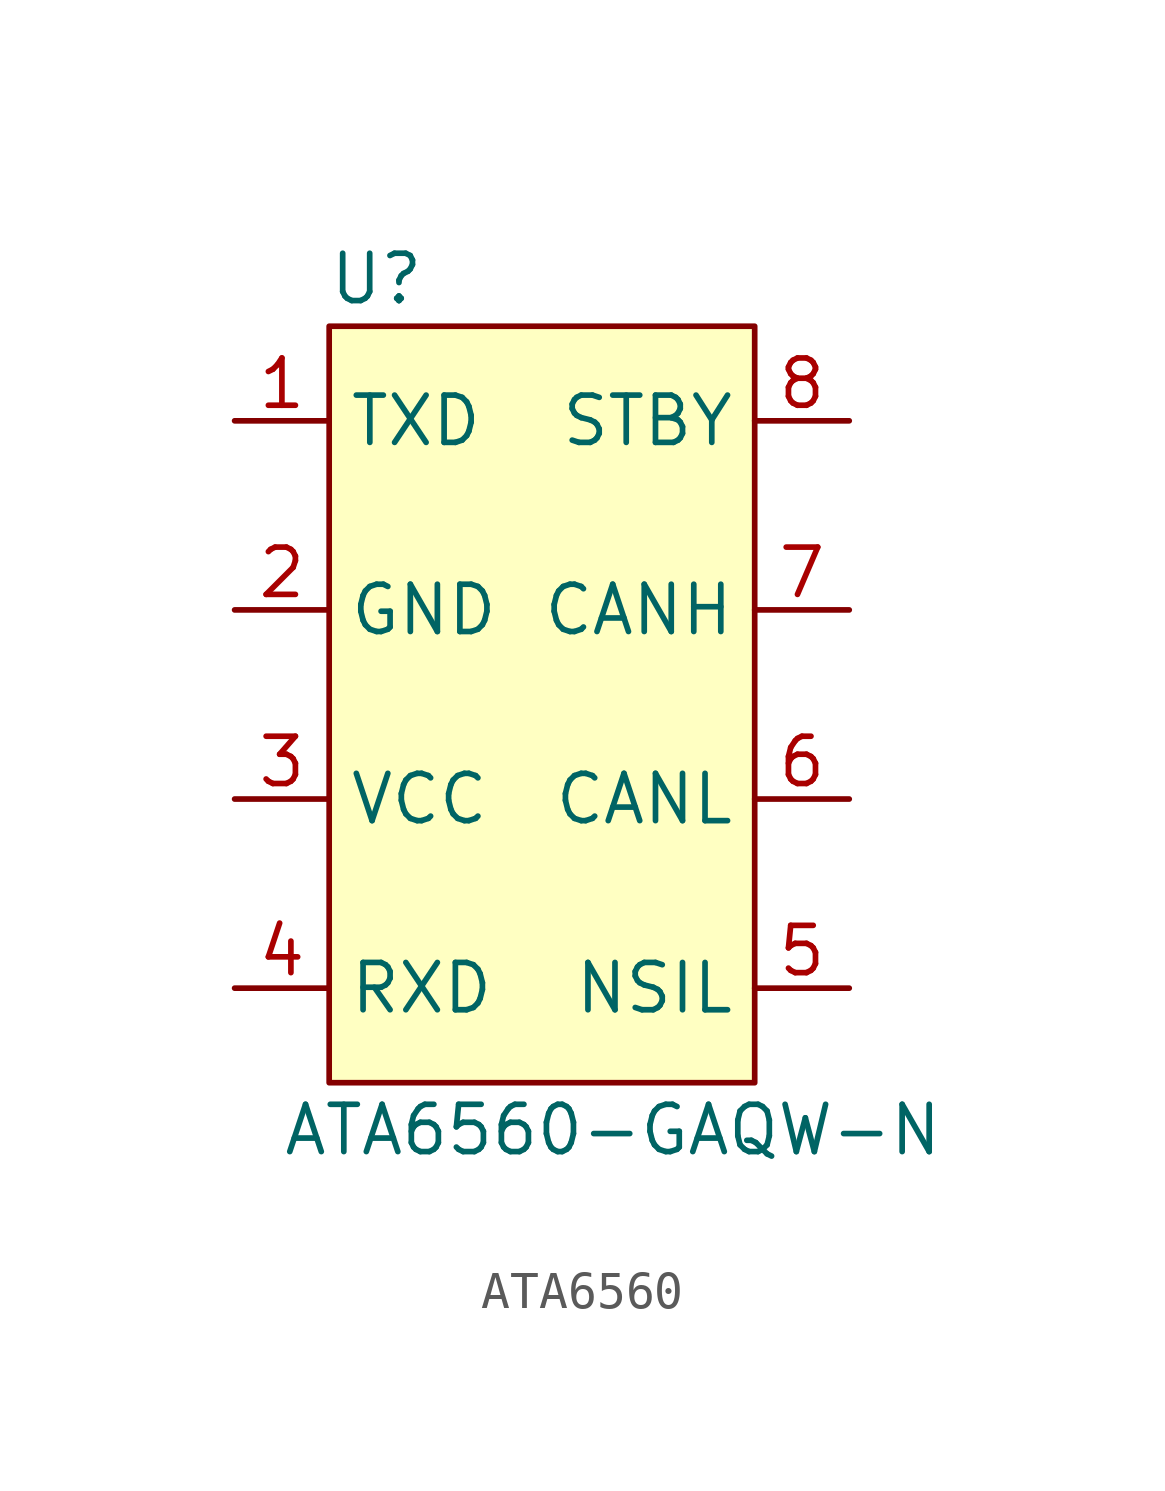
<source format=kicad_sym>
(kicad_symbol_lib
  (version 20220914)
  (generator kicad_symbol_editor)
  (symbol "ATA6560"
    (property "Reference" "U"
      (at -3.81 11.43 0)
      (effects (font (size 1.27 1.27))))
    (property "Value" "ATA6560-GAQW-N"
      (at 2.54 -11.43 0)
      (effects (font (size 1.27 1.27))))
    (symbol "ATA6560_0_1"
      (rectangle (start -5.08 10.16) (end 6.35 -10.16) (stroke (width 0) (type default)) (fill (type background))))
    (symbol "ATA6560_1_1"
      (pin input line (at -7.62 7.62 0) (length 2.54) (name "TXD" (effects (font (size 1.27 1.27)))) (number "1" (effects (font (size 1.27 1.27)))))
      (pin power_in line (at -7.62 2.54 0) (length 2.54) (name "GND" (effects (font (size 1.27 1.27)))) (number "2" (effects (font (size 1.27 1.27)))))
      (pin power_in line (at -7.62 -2.54 0) (length 2.54) (name "VCC" (effects (font (size 1.27 1.27)))) (number "3" (effects (font (size 1.27 1.27)))))
      (pin output line (at -7.62 -7.62 0) (length 2.54) (name "RXD" (effects (font (size 1.27 1.27)))) (number "4" (effects (font (size 1.27 1.27)))))
      (pin input line (at 8.89 -7.62 180) (length 2.54) (name "NSIL" (effects (font (size 1.27 1.27)))) (number "5" (effects (font (size 1.27 1.27)))))
      (pin bidirectional line (at 8.89 -2.54 180) (length 2.54) (name "CANL" (effects (font (size 1.27 1.27)))) (number "6" (effects (font (size 1.27 1.27)))))
      (pin bidirectional line (at 8.89 2.54 180) (length 2.54) (name "CANH" (effects (font (size 1.27 1.27)))) (number "7" (effects (font (size 1.27 1.27)))))
      (pin input line (at 8.89 7.62 180) (length 2.54) (name "STBY" (effects (font (size 1.27 1.27)))) (number "8" (effects (font (size 1.27 1.27))))))))
</source>
